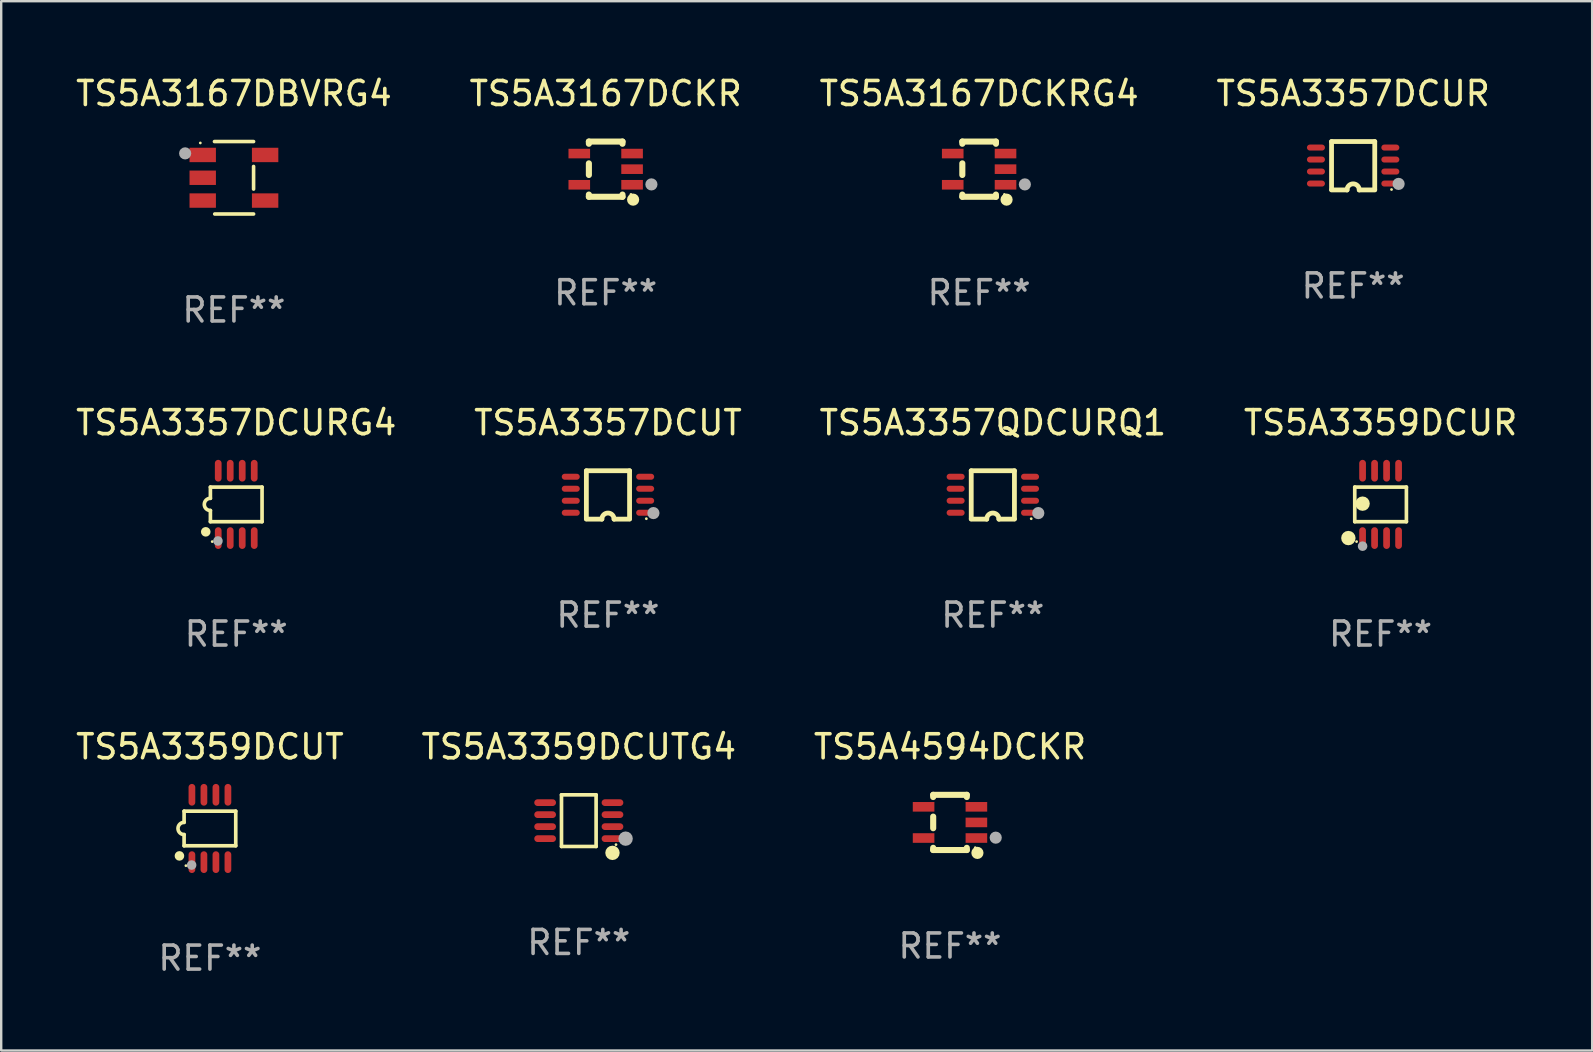
<source format=kicad_pcb>
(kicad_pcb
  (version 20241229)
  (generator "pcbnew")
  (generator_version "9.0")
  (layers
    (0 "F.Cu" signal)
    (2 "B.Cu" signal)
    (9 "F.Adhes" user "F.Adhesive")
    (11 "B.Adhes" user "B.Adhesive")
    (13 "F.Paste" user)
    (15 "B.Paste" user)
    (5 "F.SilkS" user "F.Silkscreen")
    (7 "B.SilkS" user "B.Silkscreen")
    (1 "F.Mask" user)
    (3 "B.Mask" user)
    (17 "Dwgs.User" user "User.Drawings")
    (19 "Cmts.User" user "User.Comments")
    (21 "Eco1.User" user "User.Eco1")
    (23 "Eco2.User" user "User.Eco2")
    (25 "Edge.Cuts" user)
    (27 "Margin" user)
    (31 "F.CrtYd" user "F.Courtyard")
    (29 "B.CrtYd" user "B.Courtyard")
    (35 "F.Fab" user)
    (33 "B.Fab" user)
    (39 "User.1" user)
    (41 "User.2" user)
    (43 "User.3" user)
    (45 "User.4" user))
  (footprint "TS5A3357QDCURQ1"
    (layer "F.Cu")
    (at 38.315 17.571)
    (property "Reference" "TS5A3357QDCURQ1" (at 0 -3.008 0) (layer "F.SilkS") (effects (font (size 1 1) (thickness 0.15))))
    (attr through_hole)
    (fp_line (start -0.9 -1.008) (end -0.9 0.992) (stroke (width 0.2) (type solid)) (layer "F.SilkS"))
    (fp_line (start -0.254 1.008) (end -0.9 1.008) (stroke (width 0.2) (type solid)) (layer "F.SilkS"))
    (fp_line (start 0.254 1.008) (end 0.9 1.008) (stroke (width 0.2) (type solid)) (layer "F.SilkS"))
    (fp_line (start 0.9 -1.008) (end -0.9 -1.008) (stroke (width 0.2) (type solid)) (layer "F.SilkS"))
    (fp_line (start 0.9 0.992) (end 0.9 -1.008) (stroke (width 0.2) (type solid)) (layer "F.SilkS"))
    (fp_arc (start -0.254128 1.007976) (mid -0.000127 0.753975) (end 0.253874 1.007976) (stroke (width 0.2) (type solid)) (layer "F.SilkS"))
    (fp_circle (center 1.599 0.99) (end 1.629 0.99) (stroke (width 0.06) (type solid)) (fill no) (layer "F.SilkS"))
    (fp_circle (center 1.894 0.756) (end 2.021 0.756) (stroke (width 0.254) (type solid)) (fill no) (layer "F.Fab"))
    (fp_text user "REF**" (at 0 5.008 0) (layer "F.Fab") (effects (font (size 1 1) (thickness 0.15))))
    (pad "1" smd oval (at 1.55 0.742) (size 0.75 0.25) (layers "F.Cu" "F.Mask" "F.Paste"))
    (pad "2" smd oval (at 1.55 0.242) (size 0.75 0.25) (layers "F.Cu" "F.Mask" "F.Paste"))
    (pad "3" smd oval (at 1.55 -0.258) (size 0.75 0.25) (layers "F.Cu" "F.Mask" "F.Paste"))
    (pad "4" smd oval (at 1.55 -0.758) (size 0.75 0.25) (layers "F.Cu" "F.Mask" "F.Paste"))
    (pad "5" smd oval (at -1.55 -0.758) (size 0.75 0.25) (layers "F.Cu" "F.Mask" "F.Paste"))
    (pad "6" smd oval (at -1.55 -0.258) (size 0.75 0.25) (layers "F.Cu" "F.Mask" "F.Paste"))
    (pad "7" smd oval (at -1.55 0.242) (size 0.75 0.25) (layers "F.Cu" "F.Mask" "F.Paste"))
    (pad "8" smd oval (at -1.55 0.742) (size 0.75 0.25) (layers "F.Cu" "F.Mask" "F.Paste")))
  (footprint "TS5A3167DCKRG4"
    (layer "F.Cu")
    (at 37.744 3.998)
    (property "Reference" "TS5A3167DCKRG4" (at 0 -3.15 0) (layer "F.SilkS") (effects (font (size 1 1) (thickness 0.15))))
    (attr through_hole)
    (fp_line (start -0.7 -1.15) (end 0.7 -1.15) (stroke (width 0.254) (type solid)) (layer "F.SilkS"))
    (fp_line (start -0.7 -1.058) (end -0.7 -1.15) (stroke (width 0.254) (type solid)) (layer "F.SilkS"))
    (fp_line (start -0.7 0.242) (end -0.7 -0.242) (stroke (width 0.254) (type solid)) (layer "F.SilkS"))
    (fp_line (start -0.7 1.15) (end -0.7 1.058) (stroke (width 0.254) (type solid)) (layer "F.SilkS"))
    (fp_line (start -0.7 1.15) (end 0.7 1.15) (stroke (width 0.254) (type solid)) (layer "F.SilkS"))
    (fp_line (start 0.7 -1.058) (end 0.7 -1.15) (stroke (width 0.254) (type solid)) (layer "F.SilkS"))
    (fp_line (start 0.7 1.15) (end 0.7 1.058) (stroke (width 0.254) (type solid)) (layer "F.SilkS"))
    (fp_circle (center 1.053 1.052) (end 1.083 1.052) (stroke (width 0.06) (type solid)) (fill no) (layer "F.SilkS"))
    (fp_circle (center 1.143 1.27) (end 1.27 1.27) (stroke (width 0.254) (type solid)) (fill no) (layer "F.SilkS"))
    (fp_circle (center 1.905 0.635) (end 2.032 0.635) (stroke (width 0.254) (type solid)) (fill no) (layer "F.Fab"))
    (fp_text user "REF**" (at 0 5.15 0) (layer "F.Fab") (effects (font (size 1 1) (thickness 0.15))))
    (pad "1" smd rect (at 1.1 0.65 90) (size 0.4 0.9) (layers "F.Cu" "F.Mask" "F.Paste"))
    (pad "2" smd rect (at 1.1 0.000076 90) (size 0.4 0.9) (layers "F.Cu" "F.Mask" "F.Paste"))
    (pad "3" smd rect (at 1.1 -0.65 90) (size 0.4 0.9) (layers "F.Cu" "F.Mask" "F.Paste"))
    (pad "4" smd rect (at -1.1 -0.65 90) (size 0.4 0.9) (layers "F.Cu" "F.Mask" "F.Paste"))
    (pad "5" smd rect (at -1.1 0.65 90) (size 0.4 0.9) (layers "F.Cu" "F.Mask" "F.Paste")))
  (footprint "TS5A3167DBVRG4"
    (layer "F.Cu")
    (at 6.696 4.357)
    (property "Reference" "TS5A3167DBVRG4" (at 0 -3.509 0) (layer "F.SilkS") (effects (font (size 1 1) (thickness 0.15))))
    (attr through_hole)
    (fp_line (start -0.811 -1.509) (end 0.819 -1.509) (stroke (width 0.15) (type solid)) (layer "F.SilkS"))
    (fp_line (start -0.8 1.509) (end 0.82 1.509) (stroke (width 0.15) (type solid)) (layer "F.SilkS"))
    (fp_line (start 0.819 -0.472) (end 0.819 0.47) (stroke (width 0.15) (type solid)) (layer "F.SilkS"))
    (fp_circle (center -1.4 -1.451) (end -1.37 -1.451) (stroke (width 0.06) (type solid)) (fill no) (layer "F.SilkS"))
    (fp_circle (center -2.032 -1.017) (end -1.905 -1.017) (stroke (width 0.254) (type solid)) (fill no) (layer "F.Fab"))
    (fp_text user "REF**" (at 0 5.509 0) (layer "F.Fab") (effects (font (size 1 1) (thickness 0.15))))
    (pad "1" smd rect (at -1.3 -0.951) (size 1.1 0.6) (layers "F.Cu" "F.Mask" "F.Paste"))
    (pad "2" smd rect (at -1.3 -0.001) (size 1.1 0.6) (layers "F.Cu" "F.Mask" "F.Paste"))
    (pad "3" smd rect (at -1.3 0.949) (size 1.1 0.6) (layers "F.Cu" "F.Mask" "F.Paste"))
    (pad "4" smd rect (at 1.3 0.949) (size 1.1 0.6) (layers "F.Cu" "F.Mask" "F.Paste"))
    (pad "5" smd rect (at 1.3 -0.951) (size 1.1 0.6) (layers "F.Cu" "F.Mask" "F.Paste")))
  (footprint "TS5A3359DCUR"
    (layer "F.Cu")
    (at 54.47 17.965)
    (property "Reference" "TS5A3359DCUR" (at 0 -3.403 0) (layer "F.SilkS") (effects (font (size 1 1) (thickness 0.15))))
    (attr through_hole)
    (fp_line (start -1.076 -0.721) (end 1.076 -0.721) (stroke (width 0.152) (type solid)) (layer "F.SilkS"))
    (fp_line (start -1.076 0.721) (end -1.076 -0.721) (stroke (width 0.152) (type solid)) (layer "F.SilkS"))
    (fp_line (start 1.076 -0.721) (end 1.076 0.721) (stroke (width 0.152) (type solid)) (layer "F.SilkS"))
    (fp_line (start 1.076 0.721) (end -1.076 0.721) (stroke (width 0.152) (type solid)) (layer "F.SilkS"))
    (fp_circle (center -1.342 1.403) (end -1.192 1.403) (stroke (width 0.3) (type solid)) (fill no) (layer "F.SilkS"))
    (fp_circle (center -1 1.55) (end -0.97 1.55) (stroke (width 0.06) (type solid)) (fill no) (layer "F.SilkS"))
    (fp_circle (center -0.75 -0.031) (end -0.6 -0.031) (stroke (width 0.3) (type solid)) (fill no) (layer "F.SilkS"))
    (fp_circle (center -0.75 1.74) (end -0.65 1.74) (stroke (width 0.2) (type solid)) (fill no) (layer "F.Fab"))
    (fp_text user "REF**" (at 0 5.403 0) (layer "F.Fab") (effects (font (size 1 1) (thickness 0.15))))
    (pad "1" smd oval (at -0.75 1.403) (size 0.28 0.905) (layers "F.Cu" "F.Mask" "F.Paste"))
    (pad "2" smd oval (at -0.25 1.403) (size 0.28 0.905) (layers "F.Cu" "F.Mask" "F.Paste"))
    (pad "3" smd oval (at 0.25 1.403) (size 0.28 0.905) (layers "F.Cu" "F.Mask" "F.Paste"))
    (pad "4" smd oval (at 0.75 1.403) (size 0.28 0.905) (layers "F.Cu" "F.Mask" "F.Paste"))
    (pad "5" smd oval (at 0.75 -1.403) (size 0.28 0.905) (layers "F.Cu" "F.Mask" "F.Paste"))
    (pad "6" smd oval (at 0.25 -1.403) (size 0.28 0.905) (layers "F.Cu" "F.Mask" "F.Paste"))
    (pad "7" smd oval (at -0.25 -1.403) (size 0.28 0.905) (layers "F.Cu" "F.Mask" "F.Paste"))
    (pad "8" smd oval (at -0.75 -1.403) (size 0.28 0.905) (layers "F.Cu" "F.Mask" "F.Paste")))
  (footprint "TS5A3167DCKR"
    (layer "F.Cu")
    (at 22.185 3.998)
    (property "Reference" "TS5A3167DCKR" (at 0 -3.15 0) (layer "F.SilkS") (effects (font (size 1 1) (thickness 0.15))))
    (attr through_hole)
    (fp_line (start -0.7 -1.15) (end 0.7 -1.15) (stroke (width 0.254) (type solid)) (layer "F.SilkS"))
    (fp_line (start -0.7 -1.058) (end -0.7 -1.15) (stroke (width 0.254) (type solid)) (layer "F.SilkS"))
    (fp_line (start -0.7 0.242) (end -0.7 -0.242) (stroke (width 0.254) (type solid)) (layer "F.SilkS"))
    (fp_line (start -0.7 1.15) (end -0.7 1.058) (stroke (width 0.254) (type solid)) (layer "F.SilkS"))
    (fp_line (start -0.7 1.15) (end 0.7 1.15) (stroke (width 0.254) (type solid)) (layer "F.SilkS"))
    (fp_line (start 0.7 -1.058) (end 0.7 -1.15) (stroke (width 0.254) (type solid)) (layer "F.SilkS"))
    (fp_line (start 0.7 1.15) (end 0.7 1.058) (stroke (width 0.254) (type solid)) (layer "F.SilkS"))
    (fp_circle (center 1.053 1.052) (end 1.083 1.052) (stroke (width 0.06) (type solid)) (fill no) (layer "F.SilkS"))
    (fp_circle (center 1.143 1.27) (end 1.27 1.27) (stroke (width 0.254) (type solid)) (fill no) (layer "F.SilkS"))
    (fp_circle (center 1.905 0.635) (end 2.032 0.635) (stroke (width 0.254) (type solid)) (fill no) (layer "F.Fab"))
    (fp_text user "REF**" (at 0 5.15 0) (layer "F.Fab") (effects (font (size 1 1) (thickness 0.15))))
    (pad "1" smd rect (at 1.1 0.65 90) (size 0.4 0.9) (layers "F.Cu" "F.Mask" "F.Paste"))
    (pad "2" smd rect (at 1.1 0.000076 90) (size 0.4 0.9) (layers "F.Cu" "F.Mask" "F.Paste"))
    (pad "3" smd rect (at 1.1 -0.65 90) (size 0.4 0.9) (layers "F.Cu" "F.Mask" "F.Paste"))
    (pad "4" smd rect (at -1.1 -0.65 90) (size 0.4 0.9) (layers "F.Cu" "F.Mask" "F.Paste"))
    (pad "5" smd rect (at -1.1 0.65 90) (size 0.4 0.9) (layers "F.Cu" "F.Mask" "F.Paste")))
  (footprint "TS5A3357DCUR"
    (layer "F.Cu")
    (at 53.327 3.856)
    (property "Reference" "TS5A3357DCUR" (at 0 -3.008 0) (layer "F.SilkS") (effects (font (size 1 1) (thickness 0.15))))
    (attr through_hole)
    (fp_line (start -0.9 -1.008) (end -0.9 0.992) (stroke (width 0.2) (type solid)) (layer "F.SilkS"))
    (fp_line (start -0.254 1.008) (end -0.9 1.008) (stroke (width 0.2) (type solid)) (layer "F.SilkS"))
    (fp_line (start 0.254 1.008) (end 0.9 1.008) (stroke (width 0.2) (type solid)) (layer "F.SilkS"))
    (fp_line (start 0.9 -1.008) (end -0.9 -1.008) (stroke (width 0.2) (type solid)) (layer "F.SilkS"))
    (fp_line (start 0.9 0.992) (end 0.9 -1.008) (stroke (width 0.2) (type solid)) (layer "F.SilkS"))
    (fp_arc (start -0.254128 1.007976) (mid -0.000127 0.753975) (end 0.253874 1.007976) (stroke (width 0.2) (type solid)) (layer "F.SilkS"))
    (fp_circle (center 1.599 0.99) (end 1.629 0.99) (stroke (width 0.06) (type solid)) (fill no) (layer "F.SilkS"))
    (fp_circle (center 1.894 0.756) (end 2.021 0.756) (stroke (width 0.254) (type solid)) (fill no) (layer "F.Fab"))
    (fp_text user "REF**" (at 0 5.008 0) (layer "F.Fab") (effects (font (size 1 1) (thickness 0.15))))
    (pad "1" smd oval (at 1.55 0.742) (size 0.75 0.25) (layers "F.Cu" "F.Mask" "F.Paste"))
    (pad "2" smd oval (at 1.55 0.242) (size 0.75 0.25) (layers "F.Cu" "F.Mask" "F.Paste"))
    (pad "3" smd oval (at 1.55 -0.258) (size 0.75 0.25) (layers "F.Cu" "F.Mask" "F.Paste"))
    (pad "4" smd oval (at 1.55 -0.758) (size 0.75 0.25) (layers "F.Cu" "F.Mask" "F.Paste"))
    (pad "5" smd oval (at -1.55 -0.758) (size 0.75 0.25) (layers "F.Cu" "F.Mask" "F.Paste"))
    (pad "6" smd oval (at -1.55 -0.258) (size 0.75 0.25) (layers "F.Cu" "F.Mask" "F.Paste"))
    (pad "7" smd oval (at -1.55 0.242) (size 0.75 0.25) (layers "F.Cu" "F.Mask" "F.Paste"))
    (pad "8" smd oval (at -1.55 0.742) (size 0.75 0.25) (layers "F.Cu" "F.Mask" "F.Paste")))
  (footprint "TS5A3359DCUTG4"
    (layer "F.Cu")
    (at 21.065 31.141)
    (property "Reference" "TS5A3359DCUTG4" (at 0 -3.076 0) (layer "F.SilkS") (effects (font (size 1 1) (thickness 0.15))))
    (attr through_hole)
    (fp_line (start -0.721 -1.076) (end 0.721 -1.076) (stroke (width 0.152) (type solid)) (layer "F.SilkS"))
    (fp_line (start -0.721 1.076) (end -0.721 -1.076) (stroke (width 0.152) (type solid)) (layer "F.SilkS"))
    (fp_line (start 0.721 -1.076) (end 0.721 1.076) (stroke (width 0.152) (type solid)) (layer "F.SilkS"))
    (fp_line (start 0.721 1.076) (end -0.721 1.076) (stroke (width 0.152) (type solid)) (layer "F.SilkS"))
    (fp_circle (center 1.403 1.342) (end 1.553 1.342) (stroke (width 0.3) (type solid)) (fill no) (layer "F.SilkS"))
    (fp_circle (center 1.55 1) (end 1.58 1) (stroke (width 0.06) (type solid)) (fill no) (layer "F.SilkS"))
    (fp_circle (center 1.95 0.75) (end 2.1 0.75) (stroke (width 0.3) (type solid)) (fill no) (layer "F.Fab"))
    (fp_text user "REF**" (at 0 5.076 0) (layer "F.Fab") (effects (font (size 1 1) (thickness 0.15))))
    (pad "1" smd oval (at 1.403 0.75 90) (size 0.28 0.905) (layers "F.Cu" "F.Mask" "F.Paste"))
    (pad "2" smd oval (at 1.403 0.25 90) (size 0.28 0.905) (layers "F.Cu" "F.Mask" "F.Paste"))
    (pad "3" smd oval (at 1.403 -0.25 90) (size 0.28 0.905) (layers "F.Cu" "F.Mask" "F.Paste"))
    (pad "4" smd oval (at 1.403 -0.75 90) (size 0.28 0.905) (layers "F.Cu" "F.Mask" "F.Paste"))
    (pad "5" smd oval (at -1.403 -0.75 90) (size 0.28 0.905) (layers "F.Cu" "F.Mask" "F.Paste"))
    (pad "6" smd oval (at -1.403 -0.25 90) (size 0.28 0.905) (layers "F.Cu" "F.Mask" "F.Paste"))
    (pad "7" smd oval (at -1.403 0.25 90) (size 0.28 0.905) (layers "F.Cu" "F.Mask" "F.Paste"))
    (pad "8" smd oval (at -1.403 0.75 90) (size 0.28 0.905) (layers "F.Cu" "F.Mask" "F.Paste")))
  (footprint "TS5A4594DCKR"
    (layer "F.Cu")
    (at 36.53 31.215)
    (property "Reference" "TS5A4594DCKR" (at 0 -3.15 0) (layer "F.SilkS") (effects (font (size 1 1) (thickness 0.15))))
    (attr through_hole)
    (fp_line (start -0.7 -1.15) (end 0.7 -1.15) (stroke (width 0.254) (type solid)) (layer "F.SilkS"))
    (fp_line (start -0.7 -1.058) (end -0.7 -1.15) (stroke (width 0.254) (type solid)) (layer "F.SilkS"))
    (fp_line (start -0.7 0.242) (end -0.7 -0.242) (stroke (width 0.254) (type solid)) (layer "F.SilkS"))
    (fp_line (start -0.7 1.15) (end -0.7 1.058) (stroke (width 0.254) (type solid)) (layer "F.SilkS"))
    (fp_line (start -0.7 1.15) (end 0.7 1.15) (stroke (width 0.254) (type solid)) (layer "F.SilkS"))
    (fp_line (start 0.7 -1.058) (end 0.7 -1.15) (stroke (width 0.254) (type solid)) (layer "F.SilkS"))
    (fp_line (start 0.7 1.15) (end 0.7 1.058) (stroke (width 0.254) (type solid)) (layer "F.SilkS"))
    (fp_circle (center 1.053 1.052) (end 1.083 1.052) (stroke (width 0.06) (type solid)) (fill no) (layer "F.SilkS"))
    (fp_circle (center 1.143 1.27) (end 1.27 1.27) (stroke (width 0.254) (type solid)) (fill no) (layer "F.SilkS"))
    (fp_circle (center 1.905 0.635) (end 2.032 0.635) (stroke (width 0.254) (type solid)) (fill no) (layer "F.Fab"))
    (fp_text user "REF**" (at 0 5.15 0) (layer "F.Fab") (effects (font (size 1 1) (thickness 0.15))))
    (pad "1" smd rect (at 1.1 0.65 90) (size 0.4 0.9) (layers "F.Cu" "F.Mask" "F.Paste"))
    (pad "2" smd rect (at 1.1 0.000076 90) (size 0.4 0.9) (layers "F.Cu" "F.Mask" "F.Paste"))
    (pad "3" smd rect (at 1.1 -0.65 90) (size 0.4 0.9) (layers "F.Cu" "F.Mask" "F.Paste"))
    (pad "4" smd rect (at -1.1 -0.65 90) (size 0.4 0.9) (layers "F.Cu" "F.Mask" "F.Paste"))
    (pad "5" smd rect (at -1.1 0.65 90) (size 0.4 0.9) (layers "F.Cu" "F.Mask" "F.Paste")))
  (footprint "TS5A3357DCURG4"
    (layer "F.Cu")
    (at 6.792 17.965)
    (property "Reference" "TS5A3357DCURG4" (at 0 -3.403 0) (layer "F.SilkS") (effects (font (size 1 1) (thickness 0.15))))
    (attr through_hole)
    (fp_line (start -1.076 -0.721) (end 1.076 -0.721) (stroke (width 0.152) (type solid)) (layer "F.SilkS"))
    (fp_line (start -1.076 -0.254) (end -1.076 -0.721) (stroke (width 0.152) (type solid)) (layer "F.SilkS"))
    (fp_line (start -1.076 0.254) (end -1.076 0.721) (stroke (width 0.152) (type solid)) (layer "F.SilkS"))
    (fp_line (start 1.076 -0.721) (end 1.076 0.721) (stroke (width 0.152) (type solid)) (layer "F.SilkS"))
    (fp_line (start 1.076 0.721) (end -1.076 0.721) (stroke (width 0.152) (type solid)) (layer "F.SilkS"))
    (fp_arc (start -1.076226 0.254051) (mid -1.330226 0.000051) (end -1.076226 -0.253949) (stroke (width 0.151994) (type solid)) (layer "F.SilkS"))
    (fp_circle (center -1.27 1.143) (end -1.17 1.143) (stroke (width 0.2) (type solid)) (fill no) (layer "F.SilkS"))
    (fp_circle (center -1 1.55) (end -0.97 1.55) (stroke (width 0.06) (type solid)) (fill no) (layer "F.SilkS"))
    (fp_circle (center -0.762 1.524) (end -0.662 1.524) (stroke (width 0.2) (type solid)) (fill no) (layer "F.Fab"))
    (fp_text user "REF**" (at 0 5.403 0) (layer "F.Fab") (effects (font (size 1 1) (thickness 0.15))))
    (pad "1" smd oval (at -0.75 1.403) (size 0.28 0.905) (layers "F.Cu" "F.Mask" "F.Paste"))
    (pad "2" smd oval (at -0.25 1.403) (size 0.28 0.905) (layers "F.Cu" "F.Mask" "F.Paste"))
    (pad "3" smd oval (at 0.25 1.403) (size 0.28 0.905) (layers "F.Cu" "F.Mask" "F.Paste"))
    (pad "4" smd oval (at 0.75 1.403) (size 0.28 0.905) (layers "F.Cu" "F.Mask" "F.Paste"))
    (pad "5" smd oval (at 0.75 -1.403) (size 0.28 0.905) (layers "F.Cu" "F.Mask" "F.Paste"))
    (pad "6" smd oval (at 0.25 -1.403) (size 0.28 0.905) (layers "F.Cu" "F.Mask" "F.Paste"))
    (pad "7" smd oval (at -0.25 -1.403) (size 0.28 0.905) (layers "F.Cu" "F.Mask" "F.Paste"))
    (pad "8" smd oval (at -0.75 -1.403) (size 0.28 0.905) (layers "F.Cu" "F.Mask" "F.Paste")))
  (footprint "TS5A3357DCUT"
    (layer "F.Cu")
    (at 22.28 17.571)
    (property "Reference" "TS5A3357DCUT" (at 0 -3.008 0) (layer "F.SilkS") (effects (font (size 1 1) (thickness 0.15))))
    (attr through_hole)
    (fp_line (start -0.9 -1.008) (end -0.9 0.992) (stroke (width 0.2) (type solid)) (layer "F.SilkS"))
    (fp_line (start -0.254 1.008) (end -0.9 1.008) (stroke (width 0.2) (type solid)) (layer "F.SilkS"))
    (fp_line (start 0.254 1.008) (end 0.9 1.008) (stroke (width 0.2) (type solid)) (layer "F.SilkS"))
    (fp_line (start 0.9 -1.008) (end -0.9 -1.008) (stroke (width 0.2) (type solid)) (layer "F.SilkS"))
    (fp_line (start 0.9 0.992) (end 0.9 -1.008) (stroke (width 0.2) (type solid)) (layer "F.SilkS"))
    (fp_arc (start -0.254128 1.007976) (mid -0.000127 0.753975) (end 0.253874 1.007976) (stroke (width 0.2) (type solid)) (layer "F.SilkS"))
    (fp_circle (center 1.599 0.99) (end 1.629 0.99) (stroke (width 0.06) (type solid)) (fill no) (layer "F.SilkS"))
    (fp_circle (center 1.894 0.756) (end 2.021 0.756) (stroke (width 0.254) (type solid)) (fill no) (layer "F.Fab"))
    (fp_text user "REF**" (at 0 5.008 0) (layer "F.Fab") (effects (font (size 1 1) (thickness 0.15))))
    (pad "1" smd oval (at 1.55 0.742) (size 0.75 0.25) (layers "F.Cu" "F.Mask" "F.Paste"))
    (pad "2" smd oval (at 1.55 0.242) (size 0.75 0.25) (layers "F.Cu" "F.Mask" "F.Paste"))
    (pad "3" smd oval (at 1.55 -0.258) (size 0.75 0.25) (layers "F.Cu" "F.Mask" "F.Paste"))
    (pad "4" smd oval (at 1.55 -0.758) (size 0.75 0.25) (layers "F.Cu" "F.Mask" "F.Paste"))
    (pad "5" smd oval (at -1.55 -0.758) (size 0.75 0.25) (layers "F.Cu" "F.Mask" "F.Paste"))
    (pad "6" smd oval (at -1.55 -0.258) (size 0.75 0.25) (layers "F.Cu" "F.Mask" "F.Paste"))
    (pad "7" smd oval (at -1.55 0.242) (size 0.75 0.25) (layers "F.Cu" "F.Mask" "F.Paste"))
    (pad "8" smd oval (at -1.55 0.742) (size 0.75 0.25) (layers "F.Cu" "F.Mask" "F.Paste")))
  (footprint "TS5A3359DCUT"
    (layer "F.Cu")
    (at 5.696 31.467)
    (property "Reference" "TS5A3359DCUT" (at 0 -3.403 0) (layer "F.SilkS") (effects (font (size 1 1) (thickness 0.15))))
    (attr through_hole)
    (fp_line (start -1.076 -0.721) (end 1.076 -0.721) (stroke (width 0.152) (type solid)) (layer "F.SilkS"))
    (fp_line (start -1.076 -0.254) (end -1.076 -0.721) (stroke (width 0.152) (type solid)) (layer "F.SilkS"))
    (fp_line (start -1.076 0.254) (end -1.076 0.721) (stroke (width 0.152) (type solid)) (layer "F.SilkS"))
    (fp_line (start 1.076 -0.721) (end 1.076 0.721) (stroke (width 0.152) (type solid)) (layer "F.SilkS"))
    (fp_line (start 1.076 0.721) (end -1.076 0.721) (stroke (width 0.152) (type solid)) (layer "F.SilkS"))
    (fp_arc (start -1.076226 0.254051) (mid -1.330226 0.000051) (end -1.076226 -0.253949) (stroke (width 0.151994) (type solid)) (layer "F.SilkS"))
    (fp_circle (center -1.27 1.143) (end -1.17 1.143) (stroke (width 0.2) (type solid)) (fill no) (layer "F.SilkS"))
    (fp_circle (center -1 1.55) (end -0.97 1.55) (stroke (width 0.06) (type solid)) (fill no) (layer "F.SilkS"))
    (fp_circle (center -0.762 1.524) (end -0.662 1.524) (stroke (width 0.2) (type solid)) (fill no) (layer "F.Fab"))
    (fp_text user "REF**" (at 0 5.403 0) (layer "F.Fab") (effects (font (size 1 1) (thickness 0.15))))
    (pad "1" smd oval (at -0.75 1.403) (size 0.28 0.905) (layers "F.Cu" "F.Mask" "F.Paste"))
    (pad "2" smd oval (at -0.25 1.403) (size 0.28 0.905) (layers "F.Cu" "F.Mask" "F.Paste"))
    (pad "3" smd oval (at 0.25 1.403) (size 0.28 0.905) (layers "F.Cu" "F.Mask" "F.Paste"))
    (pad "4" smd oval (at 0.75 1.403) (size 0.28 0.905) (layers "F.Cu" "F.Mask" "F.Paste"))
    (pad "5" smd oval (at 0.75 -1.403) (size 0.28 0.905) (layers "F.Cu" "F.Mask" "F.Paste"))
    (pad "6" smd oval (at 0.25 -1.403) (size 0.28 0.905) (layers "F.Cu" "F.Mask" "F.Paste"))
    (pad "7" smd oval (at -0.25 -1.403) (size 0.28 0.905) (layers "F.Cu" "F.Mask" "F.Paste"))
    (pad "8" smd oval (at -0.75 -1.403) (size 0.28 0.905) (layers "F.Cu" "F.Mask" "F.Paste")))
  (gr_rect
    (start -3 -3)
    (end 63.286 40.718)
    (stroke (width 0.1) (type default))
    (fill no)
    (layer "Edge.Cuts")))
</source>
